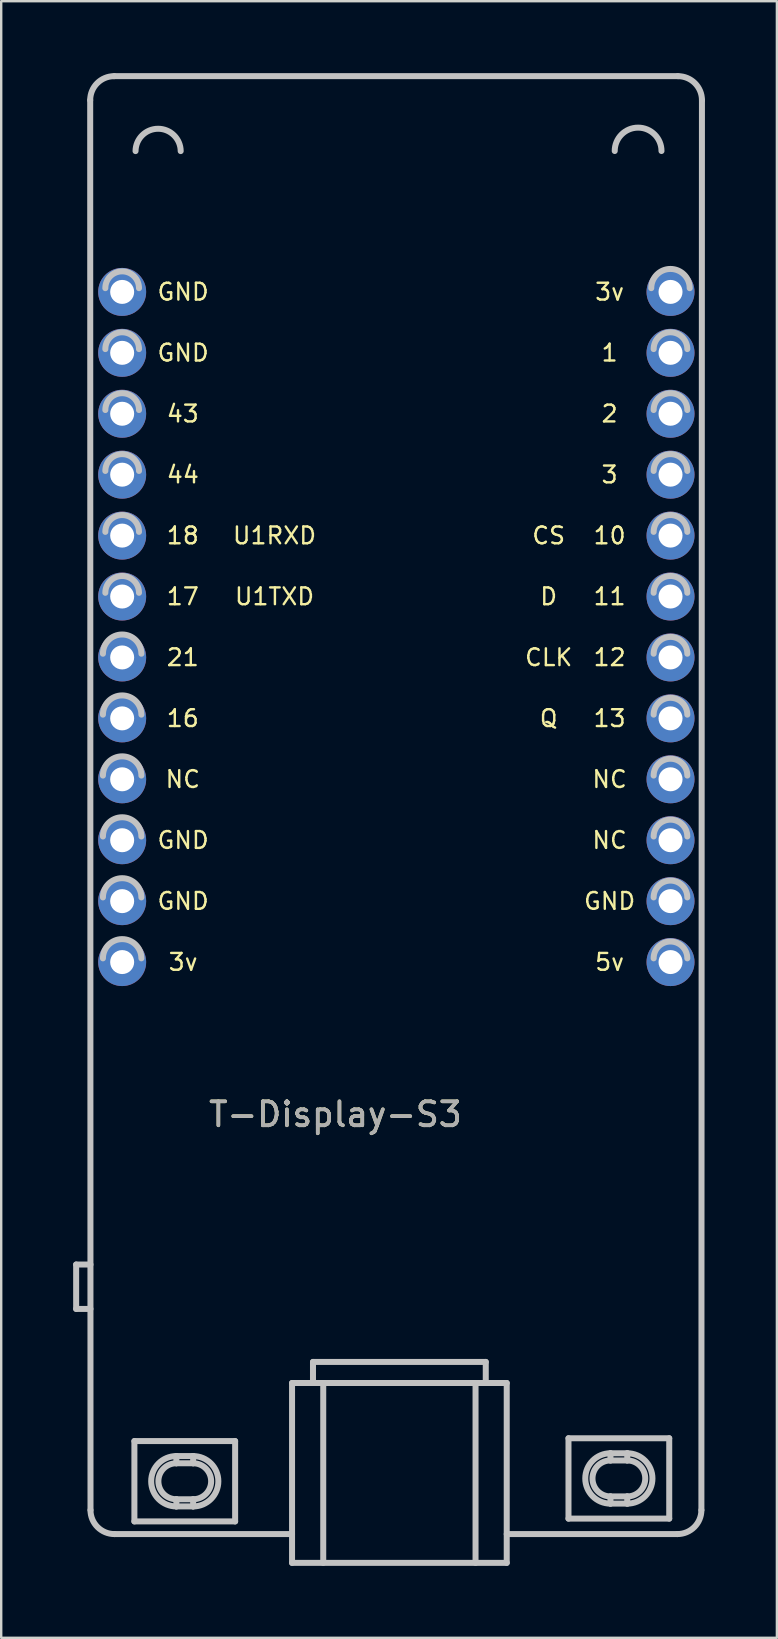
<source format=kicad_pcb>
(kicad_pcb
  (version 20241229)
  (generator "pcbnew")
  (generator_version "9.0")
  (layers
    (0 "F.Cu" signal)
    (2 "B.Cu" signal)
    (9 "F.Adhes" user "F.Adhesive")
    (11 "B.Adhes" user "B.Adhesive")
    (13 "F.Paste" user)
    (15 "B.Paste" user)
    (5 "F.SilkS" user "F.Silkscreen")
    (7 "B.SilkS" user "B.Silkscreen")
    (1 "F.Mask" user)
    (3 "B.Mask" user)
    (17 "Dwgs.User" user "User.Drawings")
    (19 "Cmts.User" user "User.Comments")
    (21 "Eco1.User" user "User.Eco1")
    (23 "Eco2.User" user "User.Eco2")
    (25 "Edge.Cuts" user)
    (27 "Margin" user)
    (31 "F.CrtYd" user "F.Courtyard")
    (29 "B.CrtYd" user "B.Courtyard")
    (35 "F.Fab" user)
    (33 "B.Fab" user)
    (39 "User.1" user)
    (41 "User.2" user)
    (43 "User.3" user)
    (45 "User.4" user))
  (footprint "T-Display-S3"
    (layer "F.Cu")
    (at 24.905 42.14)
    (property "Reference" "T-Display-S3" (at -13.97 1.27 0) (unlocked yes) (layer "F.SilkS") (effects (font (size 1 1) (thickness 0.15))))
    (attr smd)
    (fp_line (start -24.78 9.38) (end -24.78 7.53) (stroke (width 0.25) (type solid)) (layer "Dwgs.User"))
    (fp_line (start -24.184 7.53) (end -24.78 7.53) (stroke (width 0.25) (type solid)) (layer "Dwgs.User"))
    (fp_line (start -24.184 9.38) (end -24.78 9.38) (stroke (width 0.25) (type solid)) (layer "Dwgs.User"))
    (fp_line (start -24.182 17.768) (end -24.195 -41.014) (stroke (width 0.25) (type solid)) (layer "Dwgs.User"))
    (fp_line (start -23.195 -42.015) (end 0.31 -42.015) (stroke (width 0.25) (type solid)) (layer "Dwgs.User"))
    (fp_line (start -22.352 14.89) (end -22.352 18.24) (stroke (width 0.25) (type solid)) (layer "Dwgs.User"))
    (fp_line (start -22.352 18.24) (end -18.152 18.24) (stroke (width 0.25) (type solid)) (layer "Dwgs.User"))
    (fp_line (start -20.602 15.815) (end -20.602 15.515) (stroke (width 0.25) (type solid)) (layer "Dwgs.User"))
    (fp_line (start -20.602 17.315) (end -20.602 17.615) (stroke (width 0.25) (type solid)) (layer "Dwgs.User"))
    (fp_line (start -20.602 17.315) (end -19.902 17.315) (stroke (width 0.25) (type solid)) (layer "Dwgs.User"))
    (fp_line (start -20.602 17.615) (end -19.902 17.615) (stroke (width 0.25) (type solid)) (layer "Dwgs.User"))
    (fp_line (start -19.902 15.515) (end -20.602 15.515) (stroke (width 0.25) (type solid)) (layer "Dwgs.User"))
    (fp_line (start -19.902 15.815) (end -20.602 15.815) (stroke (width 0.25) (type solid)) (layer "Dwgs.User"))
    (fp_line (start -19.902 15.815) (end -19.902 15.515) (stroke (width 0.25) (type solid)) (layer "Dwgs.User"))
    (fp_line (start -19.902 17.315) (end -19.902 17.615) (stroke (width 0.25) (type solid)) (layer "Dwgs.User"))
    (fp_line (start -18.152 14.89) (end -22.352 14.89) (stroke (width 0.25) (type solid)) (layer "Dwgs.User"))
    (fp_line (start -18.152 18.24) (end -18.152 14.89) (stroke (width 0.25) (type solid)) (layer "Dwgs.User"))
    (fp_line (start -15.779 12.468) (end -15.779 19.968) (stroke (width 0.25) (type solid)) (layer "Dwgs.User"))
    (fp_line (start -15.779 18.768) (end -23.182 18.768) (stroke (width 0.25) (type solid)) (layer "Dwgs.User"))
    (fp_line (start -15.779 19.968) (end -6.829 19.968) (stroke (width 0.25) (type solid)) (layer "Dwgs.User"))
    (fp_line (start -14.906 11.59) (end -14.906 12.468) (stroke (width 0.25) (type solid)) (layer "Dwgs.User"))
    (fp_line (start -14.479 12.468) (end -14.479 19.968) (stroke (width 0.25) (type solid)) (layer "Dwgs.User"))
    (fp_line (start -8.129 19.968) (end -8.129 12.468) (stroke (width 0.25) (type solid)) (layer "Dwgs.User"))
    (fp_line (start -7.703 11.59) (end -14.906 11.59) (stroke (width 0.25) (type solid)) (layer "Dwgs.User"))
    (fp_line (start -7.703 12.468) (end -7.703 11.59) (stroke (width 0.25) (type solid)) (layer "Dwgs.User"))
    (fp_line (start -6.829 12.468) (end -15.779 12.468) (stroke (width 0.25) (type solid)) (layer "Dwgs.User"))
    (fp_line (start -6.829 19.968) (end -6.829 12.468) (stroke (width 0.25) (type solid)) (layer "Dwgs.User"))
    (fp_line (start -4.254 14.773) (end -4.254 18.123) (stroke (width 0.25) (type solid)) (layer "Dwgs.User"))
    (fp_line (start -4.254 18.123) (end -0.054 18.123) (stroke (width 0.25) (type solid)) (layer "Dwgs.User"))
    (fp_line (start -2.504 15.698) (end -2.504 15.398) (stroke (width 0.25) (type solid)) (layer "Dwgs.User"))
    (fp_line (start -2.504 17.198) (end -2.504 17.498) (stroke (width 0.25) (type solid)) (layer "Dwgs.User"))
    (fp_line (start -2.504 17.198) (end -1.804 17.198) (stroke (width 0.25) (type solid)) (layer "Dwgs.User"))
    (fp_line (start -2.504 17.498) (end -1.804 17.498) (stroke (width 0.25) (type solid)) (layer "Dwgs.User"))
    (fp_line (start -1.804 15.398) (end -2.504 15.398) (stroke (width 0.25) (type solid)) (layer "Dwgs.User"))
    (fp_line (start -1.804 15.698) (end -2.504 15.698) (stroke (width 0.25) (type solid)) (layer "Dwgs.User"))
    (fp_line (start -1.804 15.698) (end -1.804 15.398) (stroke (width 0.25) (type solid)) (layer "Dwgs.User"))
    (fp_line (start -1.804 17.198) (end -1.804 17.498) (stroke (width 0.25) (type solid)) (layer "Dwgs.User"))
    (fp_line (start -0.054 14.773) (end -4.254 14.773) (stroke (width 0.25) (type solid)) (layer "Dwgs.User"))
    (fp_line (start -0.054 18.123) (end -0.054 14.773) (stroke (width 0.25) (type solid)) (layer "Dwgs.User"))
    (fp_line (start 0.287 18.768) (end -6.829 18.768) (stroke (width 0.25) (type solid)) (layer "Dwgs.User"))
    (fp_line (start 1.31 -41.014) (end 1.287 17.768) (stroke (width 0.25) (type solid)) (layer "Dwgs.User"))
    (fp_arc (start -24.194935 -41.014488) (mid -23.902119 -41.721734) (end -23.194936 -42.014704) (stroke (width 0.25) (type solid)) (layer "Dwgs.User"))
    (fp_arc (start -23.663463 -17.935504) (mid -22.861864 -18.737103) (end -22.060265 -17.935504) (stroke (width 0.25) (type solid)) (layer "Dwgs.User"))
    (fp_arc (start -23.663463 -15.395504) (mid -22.861864 -16.197103) (end -22.060265 -15.395504) (stroke (width 0.25) (type solid)) (layer "Dwgs.User"))
    (fp_arc (start -23.663463 -12.855504) (mid -22.861864 -13.657103) (end -22.060265 -12.855504) (stroke (width 0.25) (type solid)) (layer "Dwgs.User"))
    (fp_arc (start -23.663463 -10.315504) (mid -22.861864 -11.117103) (end -22.060265 -10.315504) (stroke (width 0.25) (type solid)) (layer "Dwgs.User"))
    (fp_arc (start -23.663463 -7.775504) (mid -22.861864 -8.577103) (end -22.060265 -7.775504) (stroke (width 0.25) (type solid)) (layer "Dwgs.User"))
    (fp_arc (start -23.663463 -5.235504) (mid -22.861864 -6.037103) (end -22.060265 -5.235504) (stroke (width 0.25) (type solid)) (layer "Dwgs.User"))
    (fp_arc (start -23.563463 -33.175504) (mid -22.861864 -33.877103) (end -22.160265 -33.175504) (stroke (width 0.25) (type solid)) (layer "Dwgs.User"))
    (fp_arc (start -23.563463 -30.635504) (mid -22.861864 -31.337103) (end -22.160265 -30.635504) (stroke (width 0.25) (type solid)) (layer "Dwgs.User"))
    (fp_arc (start -23.563463 -28.095504) (mid -22.861864 -28.797103) (end -22.160265 -28.095504) (stroke (width 0.25) (type solid)) (layer "Dwgs.User"))
    (fp_arc (start -23.563463 -25.555504) (mid -22.861864 -26.257103) (end -22.160265 -25.555504) (stroke (width 0.25) (type solid)) (layer "Dwgs.User"))
    (fp_arc (start -23.563463 -23.015504) (mid -22.861864 -23.717103) (end -22.160265 -23.015504) (stroke (width 0.25) (type solid)) (layer "Dwgs.User"))
    (fp_arc (start -23.563463 -20.475504) (mid -22.861864 -21.177103) (end -22.160265 -20.475504) (stroke (width 0.25) (type solid)) (layer "Dwgs.User"))
    (fp_arc (start -23.182212 18.767504) (mid -23.889242 18.474687) (end -24.182212 17.76772) (stroke (width 0.25) (type solid)) (layer "Dwgs.User"))
    (fp_arc (start -22.304036 -38.890507) (mid -21.362862 -39.831681) (end -20.421688 -38.890507) (stroke (width 0.25) (type solid)) (layer "Dwgs.User"))
    (fp_arc (start -20.601865 17.315496) (mid -21.351865 16.565496) (end -20.601865 15.815496) (stroke (width 0.25) (type solid)) (layer "Dwgs.User"))
    (fp_arc (start -20.601865 17.615497) (mid -21.651866 16.565496) (end -20.601865 15.515496) (stroke (width 0.25) (type solid)) (layer "Dwgs.User"))
    (fp_arc (start -19.901865 15.515496) (mid -18.851864 16.565497) (end -19.901865 17.615497) (stroke (width 0.25) (type solid)) (layer "Dwgs.User"))
    (fp_arc (start -19.901865 15.815496) (mid -19.151865 16.565496) (end -19.901865 17.315496) (stroke (width 0.25) (type solid)) (layer "Dwgs.User"))
    (fp_arc (start -2.503865 17.198296) (mid -3.253866 16.448295) (end -2.503865 15.698295) (stroke (width 0.25) (type solid)) (layer "Dwgs.User"))
    (fp_arc (start -2.503864 17.498295) (mid -3.553865 16.448295) (end -2.503864 15.398295) (stroke (width 0.25) (type solid)) (layer "Dwgs.User"))
    (fp_arc (start -2.326355 -38.894106) (mid -1.351506 -39.868956) (end -0.376656 -38.894106) (stroke (width 0.25) (type solid)) (layer "Dwgs.User"))
    (fp_arc (start -1.803865 15.398295) (mid -0.753864 16.448295) (end -1.803865 17.498295) (stroke (width 0.25) (type solid)) (layer "Dwgs.User"))
    (fp_arc (start -1.803865 15.698295) (mid -1.053865 16.448295) (end -1.803865 17.198295) (stroke (width 0.25) (type solid)) (layer "Dwgs.User"))
    (fp_arc (start -0.803463 -33.175903) (mid -0.001864 -33.977502) (end 0.799735 -33.175903) (stroke (width 0.25) (type solid)) (layer "Dwgs.User"))
    (fp_arc (start -0.703463 -30.635903) (mid -0.001864 -31.337502) (end 0.699736 -30.635903) (stroke (width 0.25) (type solid)) (layer "Dwgs.User"))
    (fp_arc (start -0.703463 -28.095903) (mid -0.001864 -28.797502) (end 0.699736 -28.095903) (stroke (width 0.25) (type solid)) (layer "Dwgs.User"))
    (fp_arc (start -0.703463 -25.555903) (mid -0.001864 -26.257502) (end 0.699736 -25.555903) (stroke (width 0.25) (type solid)) (layer "Dwgs.User"))
    (fp_arc (start -0.703463 -23.015903) (mid -0.001864 -23.717502) (end 0.699736 -23.015903) (stroke (width 0.25) (type solid)) (layer "Dwgs.User"))
    (fp_arc (start -0.703463 -20.475903) (mid -0.001864 -21.177502) (end 0.699736 -20.475903) (stroke (width 0.25) (type solid)) (layer "Dwgs.User"))
    (fp_arc (start -0.703463 -17.935903) (mid -0.001864 -18.637502) (end 0.699736 -17.935903) (stroke (width 0.25) (type solid)) (layer "Dwgs.User"))
    (fp_arc (start -0.703463 -15.395903) (mid -0.001864 -16.097502) (end 0.699736 -15.395903) (stroke (width 0.25) (type solid)) (layer "Dwgs.User"))
    (fp_arc (start -0.703463 -12.855903) (mid -0.001864 -13.557502) (end 0.699736 -12.855903) (stroke (width 0.25) (type solid)) (layer "Dwgs.User"))
    (fp_arc (start -0.703463 -10.315903) (mid -0.001864 -11.017502) (end 0.699736 -10.315903) (stroke (width 0.25) (type solid)) (layer "Dwgs.User"))
    (fp_arc (start -0.703463 -7.775903) (mid -0.001864 -8.477502) (end 0.699736 -7.775903) (stroke (width 0.25) (type solid)) (layer "Dwgs.User"))
    (fp_arc (start -0.703463 -5.235903) (mid -0.001864 -5.937502) (end 0.699736 -5.235903) (stroke (width 0.25) (type solid)) (layer "Dwgs.User"))
    (fp_arc (start 0.310267 -42.014704) (mid 1.017515 -41.721669) (end 1.310267 -41.014303) (stroke (width 0.25) (type solid)) (layer "Dwgs.User"))
    (fp_arc (start 1.286687 17.767905) (mid 0.993652 18.474753) (end 0.286687 18.767504) (stroke (width 0.25) (type solid)) (layer "Dwgs.User"))
    (fp_text user "3" (at -2.54 -25.4 0) (unlocked yes) (layer "F.SilkS") (effects (font (size 0.7 0.7) (thickness 0.1))))
    (fp_text user "16" (at -20.334 -15.24 0) (unlocked yes) (layer "F.SilkS") (effects (font (size 0.7 0.7) (thickness 0.1))))
    (fp_text user "44" (at -20.334 -25.4 0) (unlocked yes) (layer "F.SilkS") (effects (font (size 0.7 0.7) (thickness 0.1))))
    (fp_text user "GND" (at -20.32 -33.02 0) (unlocked yes) (layer "F.SilkS") (effects (font (size 0.7 0.7) (thickness 0.1))))
    (fp_text user "Q" (at -5.08 -15.24 0) (unlocked yes) (layer "F.SilkS") (effects (font (size 0.7 0.7) (thickness 0.1))))
    (fp_text user "3v" (at -20.32 -5.08 0) (unlocked yes) (layer "F.SilkS") (effects (font (size 0.7 0.7) (thickness 0.1))))
    (fp_text user "17" (at -20.334 -20.32 0) (unlocked yes) (layer "F.SilkS") (effects (font (size 0.7 0.7) (thickness 0.1))))
    (fp_text user "GND" (at -2.54 -7.62 0) (unlocked yes) (layer "F.SilkS") (effects (font (size 0.7 0.7) (thickness 0.1))))
    (fp_text user "NC" (at -2.54 -12.7 0) (unlocked yes) (layer "F.SilkS") (effects (font (size 0.7 0.7) (thickness 0.1))))
    (fp_text user "NC" (at -2.54 -10.16 0) (unlocked yes) (layer "F.SilkS") (effects (font (size 0.7 0.7) (thickness 0.1))))
    (fp_text user "GND" (at -20.32 -10.16 0) (unlocked yes) (layer "F.SilkS") (effects (font (size 0.7 0.7) (thickness 0.1))))
    (fp_text user "3v" (at -2.54 -33.02 0) (unlocked yes) (layer "F.SilkS") (effects (font (size 0.7 0.7) (thickness 0.1))))
    (fp_text user "CS" (at -5.08 -22.86 0) (unlocked yes) (layer "F.SilkS") (effects (font (size 0.7 0.7) (thickness 0.1))))
    (fp_text user "NC" (at -20.334 -12.7 0) (unlocked yes) (layer "F.SilkS") (effects (font (size 0.7 0.7) (thickness 0.1))))
    (fp_text user "1" (at -2.54 -30.48 0) (unlocked yes) (layer "F.SilkS") (effects (font (size 0.7 0.7) (thickness 0.1))))
    (fp_text user "5v" (at -2.54 -5.08 0) (unlocked yes) (layer "F.SilkS") (effects (font (size 0.7 0.7) (thickness 0.1))))
    (fp_text user "U1TXD" (at -16.51 -20.32 0) (unlocked yes) (layer "F.SilkS") (effects (font (size 0.7 0.7) (thickness 0.1))))
    (fp_text user "2" (at -2.54 -27.94 0) (unlocked yes) (layer "F.SilkS") (effects (font (size 0.7 0.7) (thickness 0.1))))
    (fp_text user "11" (at -2.54 -20.32 0) (unlocked yes) (layer "F.SilkS") (effects (font (size 0.7 0.7) (thickness 0.1))))
    (fp_text user "21" (at -20.334 -17.78 0) (unlocked yes) (layer "F.SilkS") (effects (font (size 0.7 0.7) (thickness 0.1))))
    (fp_text user "D" (at -5.08 -20.32 0) (unlocked yes) (layer "F.SilkS") (effects (font (size 0.7 0.7) (thickness 0.1))))
    (fp_text user "U1RXD" (at -16.51 -22.86 0) (unlocked yes) (layer "F.SilkS") (effects (font (size 0.7 0.7) (thickness 0.1))))
    (fp_text user "GND" (at -20.32 -30.48 0) (unlocked yes) (layer "F.SilkS") (effects (font (size 0.7 0.7) (thickness 0.1))))
    (fp_text user "43" (at -20.334 -27.94 0) (unlocked yes) (layer "F.SilkS") (effects (font (size 0.7 0.7) (thickness 0.1))))
    (fp_text user "18" (at -20.334 -22.86 0) (unlocked yes) (layer "F.SilkS") (effects (font (size 0.7 0.7) (thickness 0.1))))
    (fp_text user "13" (at -2.54 -15.24 0) (unlocked yes) (layer "F.SilkS") (effects (font (size 0.7 0.7) (thickness 0.1))))
    (fp_text user "10" (at -2.54 -22.86 0) (unlocked yes) (layer "F.SilkS") (effects (font (size 0.7 0.7) (thickness 0.1))))
    (fp_text user "GND" (at -20.32 -7.62 0) (unlocked yes) (layer "F.SilkS") (effects (font (size 0.7 0.7) (thickness 0.1))))
    (fp_text user "CLK" (at -5.08 -17.78 0) (unlocked yes) (layer "F.SilkS") (effects (font (size 0.7 0.7) (thickness 0.1))))
    (fp_text user "12" (at -2.54 -17.78 0) (unlocked yes) (layer "F.SilkS") (effects (font (size 0.7 0.7) (thickness 0.1))))
    (fp_text user "${REFERENCE}" (at -13.97 1.27 0) (unlocked yes) (layer "F.Fab") (effects (font (size 1 1) (thickness 0.15))))
    (pad "1" thru_hole circle (at 0 -33.02) (size 2 2) (drill 1) (layers "*.Cu" "*.Mask"))
    (pad "2" thru_hole circle (at 0 -30.48) (size 2 2) (drill 1) (layers "*.Cu" "*.Mask"))
    (pad "3" thru_hole circle (at 0 -27.94) (size 2 2) (drill 1) (layers "*.Cu" "*.Mask"))
    (pad "4" thru_hole circle (at 0 -25.4) (size 2 2) (drill 1) (layers "*.Cu" "*.Mask"))
    (pad "5" thru_hole circle (at 0 -22.86) (size 2 2) (drill 1) (layers "*.Cu" "*.Mask"))
    (pad "6" thru_hole circle (at 0 -20.32) (size 2 2) (drill 1) (layers "*.Cu" "*.Mask"))
    (pad "7" thru_hole circle (at 0 -17.78) (size 2 2) (drill 1) (layers "*.Cu" "*.Mask"))
    (pad "8" thru_hole circle (at 0 -15.24) (size 2 2) (drill 1) (layers "*.Cu" "*.Mask"))
    (pad "9" thru_hole circle (at 0 -12.7) (size 2 2) (drill 1) (layers "*.Cu" "*.Mask"))
    (pad "10" thru_hole circle (at 0 -10.16) (size 2 2) (drill 1) (layers "*.Cu" "*.Mask"))
    (pad "11" thru_hole circle (at 0 -7.62) (size 2 2) (drill 1) (layers "*.Cu" "*.Mask"))
    (pad "12" thru_hole circle (at 0 -5.08) (size 2 2) (drill 1) (layers "*.Cu" "*.Mask"))
    (pad "13" thru_hole circle (at -22.862 -33.02) (size 2 2) (drill 1) (layers "*.Cu" "*.Mask"))
    (pad "14" thru_hole circle (at -22.862 -30.48) (size 2 2) (drill 1) (layers "*.Cu" "*.Mask"))
    (pad "15" thru_hole circle (at -22.862 -27.94) (size 2 2) (drill 1) (layers "*.Cu" "*.Mask"))
    (pad "16" thru_hole circle (at -22.862 -25.4) (size 2 2) (drill 1) (layers "*.Cu" "*.Mask"))
    (pad "17" thru_hole circle (at -22.862 -22.86) (size 2 2) (drill 1) (layers "*.Cu" "*.Mask"))
    (pad "18" thru_hole circle (at -22.862 -20.32) (size 2 2) (drill 1) (layers "*.Cu" "*.Mask"))
    (pad "19" thru_hole circle (at -22.862 -17.78) (size 2 2) (drill 1) (layers "*.Cu" "*.Mask"))
    (pad "20" thru_hole circle (at -22.862 -15.24) (size 2 2) (drill 1) (layers "*.Cu" "*.Mask"))
    (pad "21" thru_hole circle (at -22.862 -12.7) (size 2 2) (drill 1) (layers "*.Cu" "*.Mask"))
    (pad "22" thru_hole circle (at -22.862 -10.16) (size 2 2) (drill 1) (layers "*.Cu" "*.Mask"))
    (pad "23" thru_hole circle (at -22.862 -7.62) (size 2 2) (drill 1) (layers "*.Cu" "*.Mask"))
    (pad "24" thru_hole circle (at -22.862 -5.08) (size 2 2) (drill 1) (layers "*.Cu" "*.Mask")))
  (gr_rect
    (start -3 -3)
    (end 29.34 65.232)
    (stroke (width 0.1) (type default))
    (fill no)
    (layer "Edge.Cuts")))
</source>
